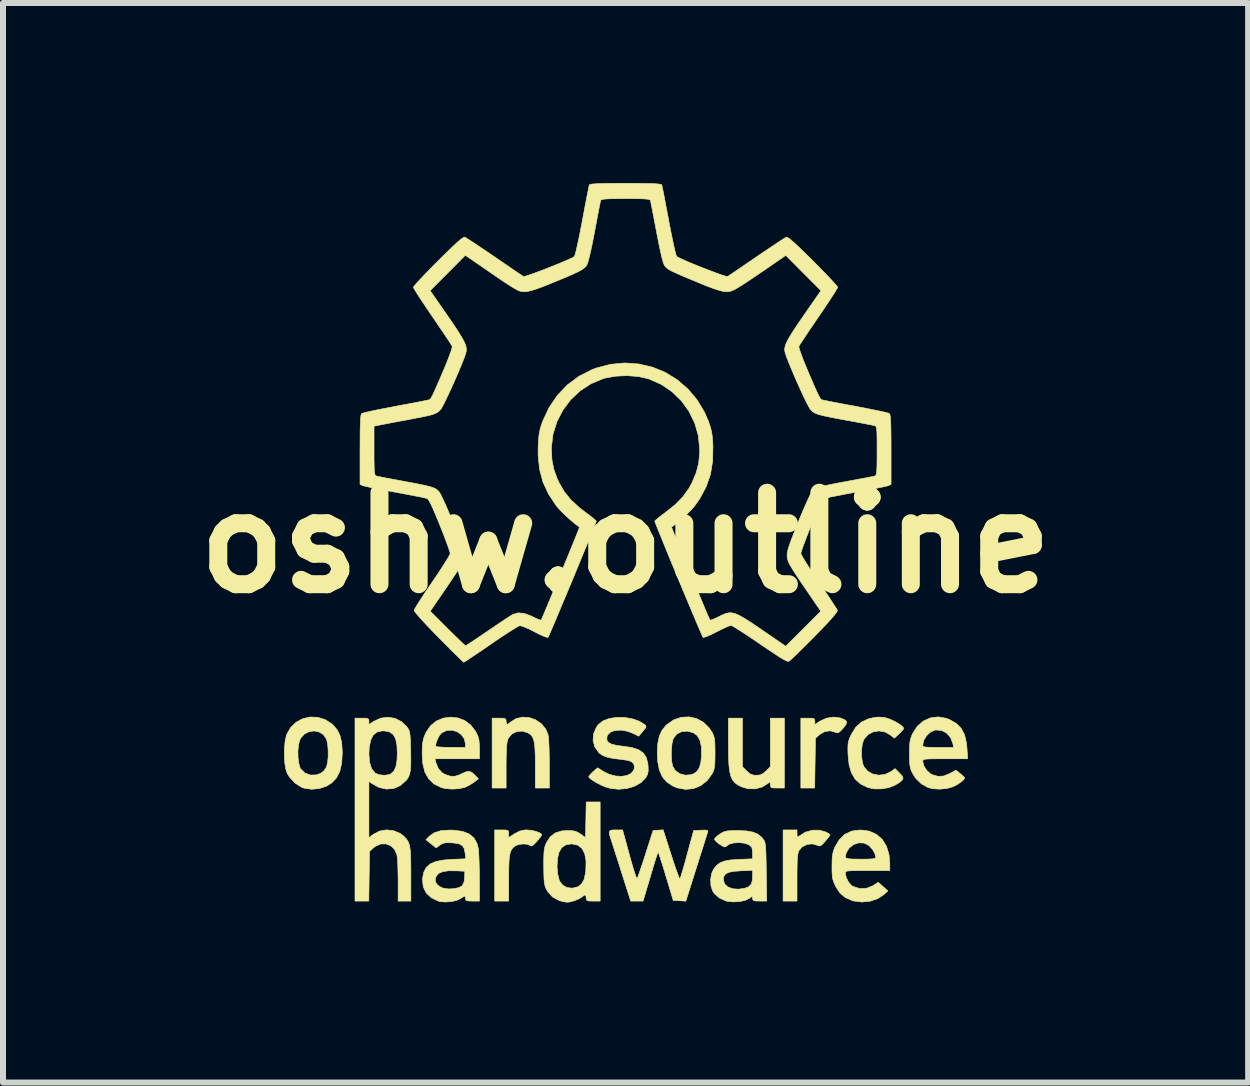
<source format=kicad_pcb>
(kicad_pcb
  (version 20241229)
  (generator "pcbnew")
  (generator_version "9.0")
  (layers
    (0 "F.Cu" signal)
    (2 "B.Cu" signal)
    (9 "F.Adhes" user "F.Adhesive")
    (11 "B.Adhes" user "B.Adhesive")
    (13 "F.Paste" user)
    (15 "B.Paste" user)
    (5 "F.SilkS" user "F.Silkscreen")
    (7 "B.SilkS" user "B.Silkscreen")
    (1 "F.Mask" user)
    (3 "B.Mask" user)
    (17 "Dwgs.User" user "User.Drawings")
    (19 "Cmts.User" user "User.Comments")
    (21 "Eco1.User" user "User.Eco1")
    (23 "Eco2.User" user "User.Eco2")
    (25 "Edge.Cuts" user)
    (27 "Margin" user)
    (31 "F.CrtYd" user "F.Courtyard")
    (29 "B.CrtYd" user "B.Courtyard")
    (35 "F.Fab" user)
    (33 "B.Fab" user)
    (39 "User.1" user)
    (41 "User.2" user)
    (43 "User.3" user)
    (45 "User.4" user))
  (footprint "oshw.outline"
    (layer "F.Cu")
    (at 7.373 5.995)
    (property "Reference" "oshw.outline" (at 0 0 0) (layer "F.SilkS") (effects (font (size 1.524 1.524) (thickness 0.3))))
    (attr through_hole)
    (fp_poly (pts (xy 3.576 2.917) (xy 3.584 2.92) (xy 3.653 2.948) (xy 3.684 2.979) (xy 3.677 3.02) (xy 3.635 3.078) (xy 3.624 3.091) (xy 3.576 3.141) (xy 3.544 3.164) (xy 3.517 3.165) (xy 3.498 3.157) (xy 3.41 3.132) (xy 3.318 3.145) (xy 3.235 3.193) (xy 3.234 3.194) (xy 3.164 3.256) (xy 3.158 3.671) (xy 3.151 4.085) (xy 2.921 4.085) (xy 2.921 2.921) (xy 3.037 2.921) (xy 3.104 2.922) (xy 3.139 2.93) (xy 3.152 2.947) (xy 3.154 2.974) (xy 3.154 3.027) (xy 3.238 2.972) (xy 3.346 2.922) (xy 3.464 2.903) (xy 3.576 2.917)) (stroke (width 0.01) (type solid)) (fill yes) (layer "F.SilkS"))
    (fp_poly (pts (xy 2.857 4.85) (xy 2.86 4.894) (xy 2.871 4.903) (xy 2.895 4.885) (xy 2.996 4.821) (xy 3.114 4.788) (xy 3.234 4.788) (xy 3.336 4.818) (xy 3.382 4.843) (xy 3.407 4.863) (xy 3.408 4.865) (xy 3.395 4.888) (xy 3.362 4.931) (xy 3.327 4.972) (xy 3.28 5.024) (xy 3.248 5.048) (xy 3.222 5.049) (xy 3.202 5.041) (xy 3.115 5.016) (xy 3.025 5.025) (xy 2.945 5.064) (xy 2.893 5.122) (xy 2.88 5.15) (xy 2.871 5.188) (xy 2.864 5.244) (xy 2.86 5.322) (xy 2.858 5.43) (xy 2.857 5.573) (xy 2.857 5.969) (xy 2.625 5.969) (xy 2.625 4.784) (xy 2.857 4.784) (xy 2.857 4.85)) (stroke (width 0.01) (type solid)) (fill yes) (layer "F.SilkS"))
    (fp_poly (pts (xy 1.947 3.73) (xy 2.019 3.802) (xy 2.075 3.849) (xy 2.127 3.87) (xy 2.18 3.873) (xy 2.245 3.867) (xy 2.296 3.841) (xy 2.341 3.802) (xy 2.413 3.73) (xy 2.413 2.921) (xy 2.646 2.921) (xy 2.646 4.085) (xy 2.529 4.085) (xy 2.463 4.084) (xy 2.428 4.077) (xy 2.415 4.059) (xy 2.413 4.029) (xy 2.41 3.991) (xy 2.397 3.989) (xy 2.375 4.007) (xy 2.278 4.068) (xy 2.162 4.099) (xy 2.04 4.097) (xy 1.937 4.067) (xy 1.871 4.033) (xy 1.82 3.995) (xy 1.781 3.947) (xy 1.753 3.885) (xy 1.734 3.802) (xy 1.722 3.694) (xy 1.716 3.554) (xy 1.715 3.379) (xy 1.714 3.356) (xy 1.714 2.921) (xy 1.947 2.921) (xy 1.947 3.73)) (stroke (width 0.01) (type solid)) (fill yes) (layer "F.SilkS"))
    (fp_poly (pts (xy -1.997 4.785) (xy -1.963 4.792) (xy -1.949 4.81) (xy -1.947 4.846) (xy -1.947 4.847) (xy -1.947 4.91) (xy -1.848 4.847) (xy -1.764 4.803) (xy -1.683 4.785) (xy -1.646 4.784) (xy -1.572 4.79) (xy -1.499 4.806) (xy -1.439 4.828) (xy -1.402 4.852) (xy -1.397 4.865) (xy -1.41 4.89) (xy -1.444 4.935) (xy -1.48 4.977) (xy -1.529 5.028) (xy -1.562 5.051) (xy -1.584 5.048) (xy -1.59 5.043) (xy -1.634 5.023) (xy -1.701 5.017) (xy -1.772 5.025) (xy -1.83 5.045) (xy -1.837 5.05) (xy -1.874 5.079) (xy -1.902 5.114) (xy -1.921 5.161) (xy -1.935 5.225) (xy -1.942 5.313) (xy -1.946 5.43) (xy -1.947 5.584) (xy -1.947 5.969) (xy -2.18 5.969) (xy -2.18 4.784) (xy -2.064 4.784) (xy -1.997 4.785)) (stroke (width 0.01) (type solid)) (fill yes) (layer "F.SilkS"))
    (fp_poly (pts (xy -1.606 2.911) (xy -1.5 2.948) (xy -1.406 3.011) (xy -1.333 3.098) (xy -1.292 3.192) (xy -1.285 3.237) (xy -1.279 3.317) (xy -1.274 3.423) (xy -1.271 3.547) (xy -1.27 3.678) (xy -1.27 4.085) (xy -1.503 4.085) (xy -1.503 3.714) (xy -1.504 3.554) (xy -1.509 3.431) (xy -1.518 3.339) (xy -1.534 3.272) (xy -1.557 3.224) (xy -1.589 3.19) (xy -1.627 3.166) (xy -1.721 3.137) (xy -1.813 3.144) (xy -1.893 3.184) (xy -1.951 3.253) (xy -1.96 3.271) (xy -1.972 3.314) (xy -1.981 3.381) (xy -1.986 3.475) (xy -1.989 3.602) (xy -1.99 3.714) (xy -1.99 4.085) (xy -2.223 4.085) (xy -2.223 2.921) (xy -2.106 2.921) (xy -2.039 2.922) (xy -2.005 2.93) (xy -1.992 2.947) (xy -1.99 2.974) (xy -1.984 3.016) (xy -1.965 3.023) (xy -1.925 2.995) (xy -1.917 2.987) (xy -1.823 2.928) (xy -1.716 2.904) (xy -1.606 2.911)) (stroke (width 0.01) (type solid)) (fill yes) (layer "F.SilkS"))
    (fp_poly (pts (xy 4.295 2.908) (xy 4.339 2.917) (xy 4.406 2.939) (xy 4.48 2.973) (xy 4.549 3.012) (xy 4.604 3.051) (xy 4.633 3.083) (xy 4.636 3.091) (xy 4.621 3.116) (xy 4.584 3.157) (xy 4.557 3.183) (xy 4.478 3.255) (xy 4.417 3.205) (xy 4.326 3.152) (xy 4.225 3.134) (xy 4.127 3.149) (xy 4.039 3.196) (xy 3.973 3.273) (xy 3.967 3.285) (xy 3.944 3.357) (xy 3.933 3.455) (xy 3.933 3.559) (xy 3.946 3.656) (xy 3.967 3.723) (xy 4.03 3.801) (xy 4.116 3.851) (xy 4.215 3.871) (xy 4.319 3.86) (xy 4.417 3.815) (xy 4.423 3.811) (xy 4.491 3.762) (xy 4.567 3.838) (xy 4.609 3.885) (xy 4.624 3.922) (xy 4.608 3.956) (xy 4.559 3.996) (xy 4.493 4.036) (xy 4.392 4.077) (xy 4.272 4.099) (xy 4.149 4.1) (xy 4.043 4.079) (xy 4.037 4.077) (xy 3.917 4.018) (xy 3.827 3.938) (xy 3.764 3.833) (xy 3.725 3.699) (xy 3.708 3.531) (xy 3.707 3.528) (xy 3.705 3.429) (xy 3.707 3.36) (xy 3.716 3.306) (xy 3.734 3.254) (xy 3.764 3.19) (xy 3.765 3.187) (xy 3.839 3.069) (xy 3.93 2.987) (xy 4.047 2.933) (xy 4.112 2.917) (xy 4.208 2.903) (xy 4.295 2.908)) (stroke (width 0.01) (type solid)) (fill yes) (layer "F.SilkS"))
    (fp_poly (pts (xy 1.183 2.928) (xy 1.298 2.99) (xy 1.395 3.085) (xy 1.445 3.162) (xy 1.465 3.206) (xy 1.479 3.252) (xy 1.487 3.311) (xy 1.49 3.393) (xy 1.491 3.503) (xy 1.49 3.617) (xy 1.486 3.698) (xy 1.478 3.756) (xy 1.465 3.802) (xy 1.446 3.842) (xy 1.361 3.96) (xy 1.254 4.045) (xy 1.131 4.095) (xy 0.997 4.108) (xy 0.86 4.082) (xy 0.79 4.053) (xy 0.688 3.986) (xy 0.613 3.898) (xy 0.563 3.784) (xy 0.536 3.641) (xy 0.531 3.539) (xy 0.763 3.539) (xy 0.769 3.638) (xy 0.783 3.715) (xy 0.786 3.724) (xy 0.832 3.797) (xy 0.905 3.847) (xy 0.994 3.871) (xy 1.088 3.864) (xy 1.131 3.849) (xy 1.19 3.809) (xy 1.231 3.746) (xy 1.255 3.655) (xy 1.266 3.551) (xy 1.265 3.404) (xy 1.241 3.291) (xy 1.194 3.211) (xy 1.133 3.166) (xy 1.034 3.138) (xy 0.939 3.144) (xy 0.859 3.183) (xy 0.801 3.253) (xy 0.792 3.271) (xy 0.775 3.34) (xy 0.765 3.434) (xy 0.763 3.539) (xy 0.531 3.539) (xy 0.529 3.502) (xy 0.537 3.347) (xy 0.562 3.224) (xy 0.607 3.125) (xy 0.674 3.042) (xy 0.686 3.031) (xy 0.801 2.95) (xy 0.927 2.907) (xy 1.057 2.9) (xy 1.183 2.928)) (stroke (width 0.01) (type solid)) (fill yes) (layer "F.SilkS"))
    (fp_poly (pts (xy -5.13 2.907) (xy -5.006 2.945) (xy -4.891 3.018) (xy -4.877 3.031) (xy -4.806 3.113) (xy -4.758 3.209) (xy -4.73 3.328) (xy -4.72 3.477) (xy -4.72 3.502) (xy -4.73 3.672) (xy -4.762 3.809) (xy -4.817 3.917) (xy -4.897 4.001) (xy -4.981 4.053) (xy -5.101 4.094) (xy -5.231 4.106) (xy -5.354 4.088) (xy -5.397 4.073) (xy -5.509 4.002) (xy -5.602 3.899) (xy -5.637 3.842) (xy -5.662 3.767) (xy -5.678 3.664) (xy -5.685 3.543) (xy -5.684 3.471) (xy -5.459 3.471) (xy -5.457 3.575) (xy -5.445 3.671) (xy -5.424 3.746) (xy -5.412 3.769) (xy -5.341 3.836) (xy -5.252 3.869) (xy -5.153 3.867) (xy -5.077 3.84) (xy -5.024 3.797) (xy -4.984 3.737) (xy -4.983 3.735) (xy -4.965 3.663) (xy -4.955 3.565) (xy -4.955 3.458) (xy -4.963 3.358) (xy -4.98 3.28) (xy -4.983 3.271) (xy -5.034 3.196) (xy -5.106 3.151) (xy -5.189 3.134) (xy -5.273 3.146) (xy -5.351 3.185) (xy -5.411 3.252) (xy -5.431 3.293) (xy -5.45 3.372) (xy -5.459 3.471) (xy -5.684 3.471) (xy -5.683 3.419) (xy -5.672 3.304) (xy -5.651 3.209) (xy -5.645 3.192) (xy -5.58 3.077) (xy -5.489 2.989) (xy -5.378 2.93) (xy -5.256 2.902) (xy -5.13 2.907)) (stroke (width 0.01) (type solid)) (fill yes) (layer "F.SilkS"))
    (fp_poly (pts (xy -2.795 2.917) (xy -2.68 2.961) (xy -2.58 3.035) (xy -2.5 3.139) (xy -2.493 3.151) (xy -2.461 3.219) (xy -2.443 3.282) (xy -2.436 3.357) (xy -2.434 3.431) (xy -2.434 3.598) (xy -3.176 3.598) (xy -3.162 3.657) (xy -3.119 3.763) (xy -3.05 3.836) (xy -3.001 3.862) (xy -2.919 3.888) (xy -2.847 3.89) (xy -2.771 3.867) (xy -2.72 3.843) (xy -2.649 3.812) (xy -2.597 3.808) (xy -2.55 3.833) (xy -2.501 3.88) (xy -2.452 3.932) (xy -2.528 3.99) (xy -2.596 4.034) (xy -2.669 4.071) (xy -2.683 4.076) (xy -2.78 4.097) (xy -2.894 4.103) (xy -3.005 4.094) (xy -3.071 4.077) (xy -3.191 4.017) (xy -3.281 3.931) (xy -3.344 3.818) (xy -3.379 3.674) (xy -3.389 3.523) (xy -3.387 3.405) (xy -3.383 3.374) (xy -3.164 3.374) (xy -3.161 3.392) (xy -3.137 3.398) (xy -3.08 3.403) (xy -2.998 3.407) (xy -2.909 3.408) (xy -2.667 3.408) (xy -2.667 3.353) (xy -2.686 3.266) (xy -2.736 3.196) (xy -2.807 3.146) (xy -2.892 3.122) (xy -2.979 3.126) (xy -3.061 3.165) (xy -3.068 3.17) (xy -3.1 3.208) (xy -3.13 3.265) (xy -3.154 3.325) (xy -3.164 3.374) (xy -3.383 3.374) (xy -3.377 3.314) (xy -3.359 3.239) (xy -3.328 3.166) (xy -3.321 3.152) (xy -3.247 3.045) (xy -3.149 2.967) (xy -3.037 2.921) (xy -2.916 2.904) (xy -2.795 2.917)) (stroke (width 0.01) (type solid)) (fill yes) (layer "F.SilkS"))
    (fp_poly (pts (xy -0.423 5.969) (xy -0.54 5.969) (xy -0.606 5.968) (xy -0.641 5.96) (xy -0.654 5.943) (xy -0.656 5.916) (xy -0.662 5.873) (xy -0.682 5.868) (xy -0.722 5.897) (xy -0.779 5.933) (xy -0.858 5.965) (xy -0.937 5.985) (xy -0.974 5.988) (xy -1.029 5.981) (xy -1.096 5.963) (xy -1.108 5.959) (xy -1.216 5.901) (xy -1.297 5.812) (xy -1.325 5.76) (xy -1.341 5.718) (xy -1.352 5.665) (xy -1.359 5.591) (xy -1.362 5.489) (xy -1.363 5.39) (xy -1.141 5.39) (xy -1.131 5.515) (xy -1.106 5.618) (xy -1.098 5.638) (xy -1.046 5.705) (xy -0.971 5.745) (xy -0.882 5.754) (xy -0.792 5.73) (xy -0.786 5.727) (xy -0.729 5.68) (xy -0.689 5.604) (xy -0.666 5.495) (xy -0.662 5.458) (xy -0.658 5.302) (xy -0.68 5.18) (xy -0.726 5.091) (xy -0.796 5.037) (xy -0.891 5.017) (xy -0.9 5.016) (xy -0.995 5.032) (xy -1.065 5.079) (xy -1.111 5.16) (xy -1.133 5.258) (xy -1.141 5.39) (xy -1.363 5.39) (xy -1.363 5.387) (xy -1.363 5.265) (xy -1.36 5.177) (xy -1.354 5.112) (xy -1.344 5.063) (xy -1.329 5.021) (xy -1.317 4.995) (xy -1.253 4.897) (xy -1.169 4.833) (xy -1.061 4.8) (xy -0.973 4.794) (xy -0.888 4.797) (xy -0.829 4.808) (xy -0.779 4.833) (xy -0.749 4.853) (xy -0.667 4.911) (xy -0.661 4.615) (xy -0.655 4.318) (xy -0.423 4.318) (xy -0.423 5.969)) (stroke (width 0.01) (type solid)) (fill yes) (layer "F.SilkS"))
    (fp_poly (pts (xy -0.019 2.909) (xy 0.111 2.931) (xy 0.23 2.973) (xy 0.322 3.03) (xy 0.34 3.05) (xy 0.339 3.072) (xy 0.314 3.109) (xy 0.288 3.14) (xy 0.219 3.222) (xy 0.135 3.179) (xy 0.03 3.139) (xy -0.073 3.121) (xy -0.167 3.125) (xy -0.244 3.15) (xy -0.295 3.196) (xy -0.309 3.228) (xy -0.312 3.284) (xy -0.287 3.325) (xy -0.23 3.356) (xy -0.137 3.377) (xy -0.042 3.389) (xy 0.106 3.411) (xy 0.217 3.447) (xy 0.296 3.502) (xy 0.346 3.578) (xy 0.372 3.678) (xy 0.376 3.72) (xy 0.378 3.798) (xy 0.368 3.854) (xy 0.342 3.905) (xy 0.334 3.916) (xy 0.255 3.997) (xy 0.147 4.057) (xy 0.019 4.094) (xy -0.119 4.106) (xy -0.258 4.09) (xy -0.332 4.068) (xy -0.407 4.037) (xy -0.482 3.998) (xy -0.549 3.958) (xy -0.596 3.922) (xy -0.614 3.897) (xy -0.614 3.897) (xy -0.599 3.873) (xy -0.562 3.833) (xy -0.54 3.813) (xy -0.465 3.748) (xy -0.368 3.81) (xy -0.268 3.859) (xy -0.165 3.885) (xy -0.065 3.891) (xy 0.023 3.876) (xy 0.093 3.842) (xy 0.137 3.79) (xy 0.148 3.737) (xy 0.138 3.686) (xy 0.104 3.649) (xy 0.041 3.625) (xy -0.059 3.61) (xy -0.068 3.609) (xy -0.203 3.593) (xy -0.303 3.572) (xy -0.378 3.544) (xy -0.434 3.506) (xy -0.446 3.494) (xy -0.512 3.401) (xy -0.541 3.295) (xy -0.533 3.184) (xy -0.487 3.076) (xy -0.453 3.028) (xy -0.376 2.967) (xy -0.272 2.927) (xy -0.15 2.908) (xy -0.019 2.909)) (stroke (width 0.01) (type solid)) (fill yes) (layer "F.SilkS"))
    (fp_poly (pts (xy -2.861 4.788) (xy -2.715 4.808) (xy -2.604 4.851) (xy -2.525 4.919) (xy -2.473 5.014) (xy -2.453 5.095) (xy -2.448 5.149) (xy -2.443 5.237) (xy -2.439 5.348) (xy -2.436 5.475) (xy -2.435 5.583) (xy -2.434 5.969) (xy -2.551 5.969) (xy -2.618 5.967) (xy -2.653 5.959) (xy -2.666 5.942) (xy -2.667 5.927) (xy -2.671 5.894) (xy -2.686 5.888) (xy -2.723 5.909) (xy -2.749 5.928) (xy -2.812 5.957) (xy -2.9 5.977) (xy -2.996 5.984) (xy -3.083 5.979) (xy -3.115 5.971) (xy -3.235 5.914) (xy -3.321 5.834) (xy -3.37 5.733) (xy -3.383 5.612) (xy -3.382 5.596) (xy -3.38 5.585) (xy -3.17 5.585) (xy -3.169 5.647) (xy -3.133 5.702) (xy -3.066 5.744) (xy -3.022 5.758) (xy -2.94 5.767) (xy -2.852 5.762) (xy -2.775 5.744) (xy -2.724 5.716) (xy -2.692 5.658) (xy -2.681 5.575) (xy -2.678 5.472) (xy -2.815 5.465) (xy -2.945 5.464) (xy -3.04 5.477) (xy -3.107 5.504) (xy -3.134 5.526) (xy -3.17 5.585) (xy -3.38 5.585) (xy -3.363 5.491) (xy -3.322 5.41) (xy -3.256 5.351) (xy -3.161 5.31) (xy -3.032 5.285) (xy -2.893 5.274) (xy -2.662 5.265) (xy -2.673 5.17) (xy -2.688 5.094) (xy -2.719 5.045) (xy -2.772 5.016) (xy -2.857 5.002) (xy -2.891 4.999) (xy -2.972 4.996) (xy -3.027 5.002) (xy -3.069 5.02) (xy -3.093 5.036) (xy -3.155 5.082) (xy -3.241 5.015) (xy -3.326 4.947) (xy -3.27 4.889) (xy -3.188 4.831) (xy -3.075 4.796) (xy -2.93 4.786) (xy -2.861 4.788)) (stroke (width 0.01) (type solid)) (fill yes) (layer "F.SilkS"))
    (fp_poly (pts (xy 0.76 5.197) (xy 0.8 5.321) (xy 0.837 5.429) (xy 0.868 5.515) (xy 0.891 5.573) (xy 0.904 5.599) (xy 0.906 5.599) (xy 0.916 5.575) (xy 0.934 5.517) (xy 0.96 5.431) (xy 0.991 5.323) (xy 1.024 5.201) (xy 1.027 5.19) (xy 1.135 4.794) (xy 1.258 4.788) (xy 1.329 4.786) (xy 1.365 4.792) (xy 1.373 4.807) (xy 1.372 4.809) (xy 1.363 4.836) (xy 1.344 4.897) (xy 1.315 4.989) (xy 1.279 5.104) (xy 1.236 5.238) (xy 1.19 5.385) (xy 1.184 5.403) (xy 1.005 5.97) (xy 0.795 5.958) (xy 0.675 5.56) (xy 0.638 5.438) (xy 0.604 5.329) (xy 0.576 5.242) (xy 0.556 5.181) (xy 0.546 5.154) (xy 0.546 5.153) (xy 0.537 5.169) (xy 0.519 5.218) (xy 0.494 5.293) (xy 0.465 5.388) (xy 0.457 5.413) (xy 0.423 5.53) (xy 0.388 5.647) (xy 0.357 5.751) (xy 0.335 5.826) (xy 0.292 5.969) (xy 0.086 5.969) (xy -0.064 5.498) (xy -0.108 5.358) (xy -0.151 5.226) (xy -0.188 5.11) (xy -0.218 5.016) (xy -0.239 4.952) (xy -0.245 4.933) (xy -0.268 4.857) (xy -0.272 4.813) (xy -0.252 4.791) (xy -0.205 4.784) (xy -0.162 4.784) (xy -0.049 4.784) (xy 0.064 5.197) (xy 0.098 5.321) (xy 0.13 5.428) (xy 0.157 5.514) (xy 0.178 5.571) (xy 0.191 5.594) (xy 0.192 5.594) (xy 0.203 5.57) (xy 0.225 5.511) (xy 0.254 5.425) (xy 0.29 5.319) (xy 0.33 5.198) (xy 0.333 5.186) (xy 0.459 4.794) (xy 0.543 4.788) (xy 0.627 4.782) (xy 0.76 5.197)) (stroke (width 0.01) (type solid)) (fill yes) (layer "F.SilkS"))
    (fp_poly (pts (xy 5.343 2.923) (xy 5.397 2.944) (xy 5.51 3.009) (xy 5.592 3.09) (xy 5.647 3.194) (xy 5.679 3.327) (xy 5.689 3.423) (xy 5.7 3.598) (xy 5.326 3.598) (xy 5.193 3.598) (xy 5.095 3.599) (xy 5.029 3.602) (xy 4.987 3.606) (xy 4.964 3.614) (xy 4.955 3.625) (xy 4.953 3.641) (xy 4.953 3.646) (xy 4.971 3.717) (xy 5.016 3.789) (xy 5.079 3.846) (xy 5.112 3.864) (xy 5.208 3.891) (xy 5.299 3.885) (xy 5.4 3.845) (xy 5.406 3.842) (xy 5.506 3.789) (xy 5.579 3.847) (xy 5.623 3.885) (xy 5.649 3.912) (xy 5.651 3.917) (xy 5.634 3.946) (xy 5.59 3.985) (xy 5.528 4.026) (xy 5.461 4.062) (xy 5.359 4.092) (xy 5.238 4.104) (xy 5.119 4.097) (xy 5.043 4.078) (xy 4.929 4.015) (xy 4.833 3.921) (xy 4.781 3.837) (xy 4.757 3.784) (xy 4.742 3.73) (xy 4.734 3.665) (xy 4.731 3.576) (xy 4.731 3.514) (xy 4.732 3.408) (xy 4.735 3.364) (xy 4.953 3.364) (xy 4.955 3.382) (xy 4.966 3.395) (xy 4.994 3.402) (xy 5.044 3.406) (xy 5.124 3.408) (xy 5.21 3.408) (xy 5.466 3.408) (xy 5.453 3.34) (xy 5.415 3.243) (xy 5.35 3.17) (xy 5.266 3.126) (xy 5.171 3.118) (xy 5.154 3.121) (xy 5.079 3.154) (xy 5.014 3.216) (xy 4.968 3.293) (xy 4.953 3.364) (xy 4.735 3.364) (xy 4.737 3.331) (xy 4.748 3.271) (xy 4.767 3.216) (xy 4.786 3.173) (xy 4.863 3.055) (xy 4.963 2.969) (xy 5.081 2.916) (xy 5.209 2.9) (xy 5.343 2.923)) (stroke (width 0.01) (type solid)) (fill yes) (layer "F.SilkS"))
    (fp_poly (pts (xy 4.059 4.803) (xy 4.18 4.857) (xy 4.278 4.942) (xy 4.349 5.058) (xy 4.391 5.2) (xy 4.403 5.338) (xy 4.403 5.461) (xy 4.032 5.461) (xy 3.899 5.461) (xy 3.802 5.462) (xy 3.736 5.465) (xy 3.695 5.469) (xy 3.673 5.477) (xy 3.664 5.488) (xy 3.662 5.504) (xy 3.662 5.505) (xy 3.677 5.576) (xy 3.714 5.65) (xy 3.763 5.708) (xy 3.787 5.724) (xy 3.898 5.76) (xy 4.012 5.757) (xy 4.119 5.715) (xy 4.134 5.706) (xy 4.209 5.655) (xy 4.29 5.727) (xy 4.371 5.799) (xy 4.303 5.862) (xy 4.201 5.929) (xy 4.076 5.971) (xy 3.94 5.985) (xy 3.804 5.968) (xy 3.775 5.96) (xy 3.661 5.91) (xy 3.574 5.837) (xy 3.505 5.732) (xy 3.499 5.72) (xy 3.471 5.658) (xy 3.453 5.603) (xy 3.444 5.542) (xy 3.44 5.461) (xy 3.44 5.387) (xy 3.442 5.279) (xy 3.447 5.227) (xy 3.661 5.227) (xy 3.672 5.25) (xy 3.709 5.263) (xy 3.777 5.269) (xy 3.881 5.27) (xy 3.916 5.271) (xy 4.025 5.27) (xy 4.098 5.267) (xy 4.142 5.261) (xy 4.164 5.252) (xy 4.17 5.238) (xy 4.17 5.238) (xy 4.155 5.178) (xy 4.116 5.11) (xy 4.063 5.05) (xy 4.051 5.04) (xy 3.972 5.002) (xy 3.884 4.999) (xy 3.799 5.027) (xy 3.728 5.083) (xy 3.694 5.135) (xy 3.67 5.189) (xy 3.661 5.227) (xy 3.447 5.227) (xy 3.449 5.2) (xy 3.463 5.137) (xy 3.485 5.077) (xy 3.489 5.07) (xy 3.563 4.944) (xy 3.655 4.856) (xy 3.768 4.803) (xy 3.904 4.785) (xy 3.916 4.785) (xy 4.059 4.803)) (stroke (width 0.01) (type solid)) (fill yes) (layer "F.SilkS"))
    (fp_poly (pts (xy 2.014 4.8) (xy 2.123 4.82) (xy 2.207 4.855) (xy 2.271 4.909) (xy 2.295 4.939) (xy 2.309 4.96) (xy 2.32 4.986) (xy 2.328 5.022) (xy 2.334 5.073) (xy 2.338 5.145) (xy 2.341 5.245) (xy 2.344 5.377) (xy 2.345 5.484) (xy 2.352 5.969) (xy 2.234 5.969) (xy 2.167 5.967) (xy 2.131 5.959) (xy 2.118 5.942) (xy 2.117 5.926) (xy 2.115 5.899) (xy 2.102 5.896) (xy 2.069 5.918) (xy 2.056 5.928) (xy 1.989 5.959) (xy 1.897 5.978) (xy 1.795 5.983) (xy 1.7 5.973) (xy 1.673 5.967) (xy 1.567 5.919) (xy 1.484 5.849) (xy 1.45 5.799) (xy 1.423 5.713) (xy 1.418 5.613) (xy 1.63 5.613) (xy 1.649 5.681) (xy 1.701 5.732) (xy 1.78 5.763) (xy 1.879 5.771) (xy 1.979 5.758) (xy 2.052 5.731) (xy 2.095 5.687) (xy 2.114 5.617) (xy 2.117 5.56) (xy 2.117 5.456) (xy 1.917 5.465) (xy 1.797 5.474) (xy 1.714 5.492) (xy 1.662 5.521) (xy 1.636 5.564) (xy 1.63 5.613) (xy 1.418 5.613) (xy 1.418 5.611) (xy 1.434 5.512) (xy 1.466 5.439) (xy 1.516 5.376) (xy 1.574 5.332) (xy 1.649 5.302) (xy 1.748 5.284) (xy 1.881 5.275) (xy 1.887 5.275) (xy 2.117 5.265) (xy 2.116 5.178) (xy 2.113 5.117) (xy 2.104 5.074) (xy 2.1 5.067) (xy 2.052 5.028) (xy 1.977 5.004) (xy 1.888 4.995) (xy 1.8 5.001) (xy 1.723 5.023) (xy 1.672 5.061) (xy 1.669 5.065) (xy 1.646 5.066) (xy 1.605 5.047) (xy 1.556 5.015) (xy 1.512 4.979) (xy 1.485 4.948) (xy 1.482 4.937) (xy 1.498 4.912) (xy 1.54 4.875) (xy 1.57 4.853) (xy 1.614 4.826) (xy 1.655 4.809) (xy 1.704 4.799) (xy 1.773 4.795) (xy 1.872 4.794) (xy 2.014 4.8)) (stroke (width 0.01) (type solid)) (fill yes) (layer "F.SilkS"))
    (fp_poly (pts (xy -3.84 2.925) (xy -3.732 2.98) (xy -3.649 3.06) (xy -3.625 3.093) (xy -3.608 3.123) (xy -3.597 3.16) (xy -3.59 3.212) (xy -3.585 3.285) (xy -3.582 3.39) (xy -3.58 3.445) (xy -3.578 3.592) (xy -3.579 3.705) (xy -3.585 3.789) (xy -3.597 3.851) (xy -3.615 3.9) (xy -3.641 3.941) (xy -3.655 3.958) (xy -3.752 4.044) (xy -3.864 4.093) (xy -3.985 4.103) (xy -4.109 4.075) (xy -4.228 4.009) (xy -4.276 3.974) (xy -4.276 4.913) (xy -4.201 4.856) (xy -4.099 4.803) (xy -3.983 4.783) (xy -3.865 4.796) (xy -3.757 4.841) (xy -3.711 4.874) (xy -3.67 4.913) (xy -3.638 4.952) (xy -3.614 4.996) (xy -3.597 5.053) (xy -3.587 5.127) (xy -3.581 5.225) (xy -3.578 5.353) (xy -3.577 5.517) (xy -3.577 5.969) (xy -3.789 5.969) (xy -3.789 5.625) (xy -3.791 5.501) (xy -3.794 5.386) (xy -3.799 5.289) (xy -3.806 5.22) (xy -3.809 5.196) (xy -3.849 5.108) (xy -3.913 5.046) (xy -3.994 5.016) (xy -4.082 5.018) (xy -4.168 5.057) (xy -4.196 5.078) (xy -4.265 5.14) (xy -4.272 5.554) (xy -4.278 5.969) (xy -4.508 5.969) (xy -4.508 3.52) (xy -4.276 3.52) (xy -4.264 3.66) (xy -4.23 3.766) (xy -4.172 3.835) (xy -4.167 3.839) (xy -4.104 3.864) (xy -4.022 3.873) (xy -3.945 3.863) (xy -3.915 3.852) (xy -3.862 3.806) (xy -3.827 3.732) (xy -3.808 3.625) (xy -3.803 3.503) (xy -3.81 3.365) (xy -3.832 3.262) (xy -3.872 3.193) (xy -3.933 3.151) (xy -4.018 3.134) (xy -4.052 3.133) (xy -4.138 3.15) (xy -4.203 3.201) (xy -4.247 3.288) (xy -4.271 3.411) (xy -4.276 3.52) (xy -4.508 3.52) (xy -4.508 2.921) (xy -4.392 2.921) (xy -4.325 2.922) (xy -4.291 2.93) (xy -4.278 2.947) (xy -4.276 2.974) (xy -4.276 3.027) (xy -4.194 2.974) (xy -4.08 2.921) (xy -3.959 2.905) (xy -3.84 2.925)) (stroke (width 0.01) (type solid)) (fill yes) (layer "F.SilkS"))
    (fp_poly (pts (xy 0.184 -5.99) (xy 0.329 -5.988) (xy 0.44 -5.986) (xy 0.519 -5.982) (xy 0.57 -5.976) (xy 0.597 -5.97) (xy 0.604 -5.964) (xy 0.61 -5.937) (xy 0.623 -5.874) (xy 0.642 -5.78) (xy 0.664 -5.662) (xy 0.69 -5.525) (xy 0.719 -5.375) (xy 0.72 -5.366) (xy 0.749 -5.215) (xy 0.777 -5.077) (xy 0.802 -4.959) (xy 0.824 -4.864) (xy 0.841 -4.8) (xy 0.852 -4.772) (xy 0.853 -4.771) (xy 0.884 -4.753) (xy 0.946 -4.724) (xy 1.031 -4.686) (xy 1.132 -4.644) (xy 1.243 -4.599) (xy 1.356 -4.555) (xy 1.464 -4.514) (xy 1.559 -4.479) (xy 1.635 -4.453) (xy 1.685 -4.439) (xy 1.7 -4.438) (xy 1.724 -4.453) (xy 1.777 -4.489) (xy 1.856 -4.542) (xy 1.955 -4.61) (xy 2.07 -4.688) (xy 2.185 -4.767) (xy 2.31 -4.852) (xy 2.425 -4.929) (xy 2.524 -4.995) (xy 2.603 -5.047) (xy 2.657 -5.081) (xy 2.679 -5.094) (xy 2.701 -5.088) (xy 2.741 -5.06) (xy 2.802 -5.008) (xy 2.886 -4.93) (xy 2.996 -4.824) (xy 3.124 -4.697) (xy 3.232 -4.588) (xy 3.329 -4.488) (xy 3.412 -4.401) (xy 3.476 -4.332) (xy 3.519 -4.283) (xy 3.535 -4.259) (xy 3.535 -4.259) (xy 3.523 -4.235) (xy 3.491 -4.181) (xy 3.44 -4.101) (xy 3.375 -4.002) (xy 3.299 -3.888) (xy 3.217 -3.768) (xy 3.132 -3.643) (xy 3.054 -3.529) (xy 2.988 -3.43) (xy 2.936 -3.351) (xy 2.901 -3.297) (xy 2.888 -3.274) (xy 2.892 -3.245) (xy 2.911 -3.185) (xy 2.942 -3.099) (xy 2.983 -2.995) (xy 3.028 -2.886) (xy 3.093 -2.735) (xy 3.143 -2.618) (xy 3.182 -2.531) (xy 3.211 -2.47) (xy 3.232 -2.429) (xy 3.247 -2.404) (xy 3.26 -2.39) (xy 3.271 -2.384) (xy 3.298 -2.377) (xy 3.361 -2.365) (xy 3.454 -2.346) (xy 3.571 -2.324) (xy 3.706 -2.298) (xy 3.834 -2.275) (xy 3.98 -2.247) (xy 4.114 -2.22) (xy 4.228 -2.197) (xy 4.317 -2.177) (xy 4.376 -2.162) (xy 4.397 -2.154) (xy 4.406 -2.136) (xy 4.412 -2.096) (xy 4.417 -2.03) (xy 4.421 -1.934) (xy 4.423 -1.804) (xy 4.424 -1.637) (xy 4.424 -1.553) (xy 4.424 -0.973) (xy 4.376 -0.953) (xy 4.342 -0.943) (xy 4.273 -0.928) (xy 4.176 -0.908) (xy 4.056 -0.885) (xy 3.921 -0.859) (xy 3.842 -0.845) (xy 3.701 -0.819) (xy 3.572 -0.794) (xy 3.462 -0.773) (xy 3.377 -0.755) (xy 3.324 -0.743) (xy 3.31 -0.74) (xy 3.291 -0.724) (xy 3.266 -0.687) (xy 3.234 -0.626) (xy 3.193 -0.535) (xy 3.142 -0.412) (xy 3.093 -0.293) (xy 3.043 -0.165) (xy 2.998 -0.048) (xy 2.961 0.051) (xy 2.935 0.125) (xy 2.922 0.17) (xy 2.921 0.177) (xy 2.933 0.205) (xy 2.965 0.262) (xy 3.016 0.344) (xy 3.08 0.445) (xy 3.156 0.559) (xy 3.22 0.653) (xy 3.303 0.775) (xy 3.378 0.886) (xy 3.441 0.983) (xy 3.49 1.058) (xy 3.521 1.108) (xy 3.53 1.126) (xy 3.52 1.151) (xy 3.484 1.2) (xy 3.421 1.274) (xy 3.328 1.374) (xy 3.206 1.5) (xy 3.151 1.557) (xy 3.045 1.664) (xy 2.947 1.761) (xy 2.861 1.845) (xy 2.793 1.911) (xy 2.745 1.955) (xy 2.725 1.972) (xy 2.707 1.974) (xy 2.676 1.964) (xy 2.629 1.94) (xy 2.562 1.9) (xy 2.472 1.841) (xy 2.354 1.762) (xy 2.239 1.684) (xy 2.116 1.6) (xy 2.004 1.525) (xy 1.906 1.462) (xy 1.829 1.414) (xy 1.777 1.384) (xy 1.756 1.376) (xy 1.724 1.385) (xy 1.663 1.411) (xy 1.584 1.449) (xy 1.515 1.484) (xy 1.428 1.527) (xy 1.357 1.558) (xy 1.308 1.574) (xy 1.291 1.574) (xy 1.28 1.552) (xy 1.255 1.495) (xy 1.218 1.409) (xy 1.17 1.297) (xy 1.114 1.164) (xy 1.051 1.015) (xy 0.984 0.855) (xy 0.915 0.688) (xy 0.845 0.519) (xy 0.775 0.352) (xy 0.709 0.192) (xy 0.649 0.044) (xy 0.595 -0.088) (xy 0.55 -0.199) (xy 0.515 -0.285) (xy 0.494 -0.341) (xy 0.487 -0.361) (xy 0.503 -0.379) (xy 0.546 -0.416) (xy 0.61 -0.465) (xy 0.665 -0.506) (xy 0.828 -0.637) (xy 0.957 -0.769) (xy 1.058 -0.91) (xy 1.109 -1.005) (xy 1.178 -1.17) (xy 1.219 -1.329) (xy 1.235 -1.499) (xy 1.235 -1.566) (xy 1.213 -1.786) (xy 1.153 -1.995) (xy 1.058 -2.19) (xy 0.931 -2.366) (xy 0.776 -2.517) (xy 0.597 -2.639) (xy 0.397 -2.728) (xy 0.374 -2.736) (xy 0.209 -2.772) (xy 0.024 -2.786) (xy -0.163 -2.777) (xy -0.335 -2.747) (xy -0.374 -2.736) (xy -0.576 -2.651) (xy -0.758 -2.532) (xy -0.916 -2.383) (xy -1.045 -2.21) (xy -1.144 -2.017) (xy -1.209 -1.809) (xy -1.235 -1.591) (xy -1.235 -1.566) (xy -1.227 -1.387) (xy -1.196 -1.227) (xy -1.137 -1.066) (xy -1.109 -1.005) (xy -1.022 -0.854) (xy -0.911 -0.717) (xy -0.77 -0.587) (xy -0.665 -0.506) (xy -0.591 -0.451) (xy -0.533 -0.404) (xy -0.496 -0.372) (xy -0.487 -0.361) (xy -0.495 -0.338) (xy -0.517 -0.28) (xy -0.552 -0.193) (xy -0.598 -0.08) (xy -0.652 0.053) (xy -0.714 0.202) (xy -0.78 0.363) (xy -0.849 0.53) (xy -0.919 0.699) (xy -0.989 0.866) (xy -1.056 1.025) (xy -1.118 1.173) (xy -1.173 1.305) (xy -1.22 1.415) (xy -1.257 1.5) (xy -1.281 1.555) (xy -1.291 1.574) (xy -1.316 1.573) (xy -1.371 1.553) (xy -1.447 1.518) (xy -1.516 1.483) (xy -1.609 1.435) (xy -1.689 1.401) (xy -1.745 1.383) (xy -1.766 1.381) (xy -1.795 1.395) (xy -1.853 1.43) (xy -1.936 1.482) (xy -2.038 1.548) (xy -2.153 1.625) (xy -2.246 1.689) (xy -2.366 1.772) (xy -2.475 1.845) (xy -2.567 1.907) (xy -2.637 1.954) (xy -2.682 1.982) (xy -2.695 1.99) (xy -2.713 1.975) (xy -2.756 1.934) (xy -2.821 1.871) (xy -2.904 1.789) (xy -3 1.692) (xy -3.107 1.585) (xy -3.116 1.576) (xy -3.223 1.466) (xy -3.32 1.364) (xy -3.402 1.275) (xy -3.465 1.203) (xy -3.507 1.152) (xy -3.523 1.127) (xy -3.523 1.126) (xy -3.511 1.099) (xy -3.478 1.043) (xy -3.427 0.962) (xy -3.362 0.862) (xy -3.286 0.748) (xy -3.221 0.653) (xy -3.138 0.532) (xy -3.065 0.42) (xy -3.003 0.323) (xy -2.956 0.247) (xy -2.928 0.196) (xy -2.921 0.177) (xy -2.929 0.147) (xy -2.95 0.083) (xy -2.983 -0.007) (xy -3.024 -0.118) (xy -3.073 -0.242) (xy -3.093 -0.293) (xy -3.155 -0.444) (xy -3.204 -0.559) (xy -3.242 -0.642) (xy -3.272 -0.698) (xy -3.295 -0.729) (xy -3.31 -0.74) (xy -3.343 -0.748) (xy -3.411 -0.763) (xy -3.508 -0.782) (xy -3.627 -0.805) (xy -3.762 -0.83) (xy -3.842 -0.845) (xy -3.983 -0.871) (xy -4.112 -0.895) (xy -4.222 -0.917) (xy -4.308 -0.936) (xy -4.362 -0.948) (xy -4.376 -0.953) (xy -4.424 -0.973) (xy -4.424 -1.553) (xy -4.423 -1.737) (xy -4.422 -1.882) (xy -4.42 -1.944) (xy -4.191 -1.944) (xy -4.191 -1.535) (xy -4.191 -1.392) (xy -4.189 -1.287) (xy -4.187 -1.212) (xy -4.182 -1.164) (xy -4.175 -1.134) (xy -4.165 -1.12) (xy -4.154 -1.114) (xy -4.122 -1.107) (xy -4.056 -1.093) (xy -3.962 -1.075) (xy -3.848 -1.054) (xy -3.72 -1.03) (xy -3.704 -1.027) (xy -3.541 -0.997) (xy -3.413 -0.972) (xy -3.317 -0.951) (xy -3.246 -0.933) (xy -3.195 -0.915) (xy -3.158 -0.897) (xy -3.131 -0.876) (xy -3.107 -0.85) (xy -3.104 -0.847) (xy -3.082 -0.81) (xy -3.048 -0.741) (xy -3.004 -0.645) (xy -2.953 -0.528) (xy -2.899 -0.398) (xy -2.869 -0.325) (xy -2.809 -0.174) (xy -2.763 -0.056) (xy -2.731 0.034) (xy -2.709 0.102) (xy -2.697 0.154) (xy -2.692 0.195) (xy -2.693 0.231) (xy -2.693 0.235) (xy -2.699 0.272) (xy -2.713 0.312) (xy -2.736 0.362) (xy -2.773 0.426) (xy -2.826 0.509) (xy -2.898 0.617) (xy -2.978 0.736) (xy -3.254 1.139) (xy -2.966 1.427) (xy -2.876 1.516) (xy -2.796 1.594) (xy -2.731 1.656) (xy -2.686 1.698) (xy -2.666 1.714) (xy -2.665 1.714) (xy -2.645 1.703) (xy -2.595 1.671) (xy -2.521 1.622) (xy -2.428 1.56) (xy -2.323 1.488) (xy -2.295 1.469) (xy -2.183 1.393) (xy -2.079 1.323) (xy -1.991 1.264) (xy -1.923 1.22) (xy -1.883 1.196) (xy -1.88 1.194) (xy -1.792 1.167) (xy -1.692 1.175) (xy -1.576 1.217) (xy -1.548 1.231) (xy -1.482 1.263) (xy -1.432 1.283) (xy -1.407 1.287) (xy -1.407 1.287) (xy -1.396 1.266) (xy -1.372 1.21) (xy -1.337 1.127) (xy -1.291 1.019) (xy -1.239 0.893) (xy -1.181 0.754) (xy -1.12 0.607) (xy -1.057 0.456) (xy -0.996 0.307) (xy -0.938 0.166) (xy -0.885 0.036) (xy -0.839 -0.077) (xy -0.803 -0.167) (xy -0.778 -0.231) (xy -0.767 -0.261) (xy -0.767 -0.264) (xy -0.83 -0.308) (xy -0.91 -0.374) (xy -0.996 -0.451) (xy -1.076 -0.53) (xy -1.14 -0.601) (xy -1.155 -0.62) (xy -1.285 -0.816) (xy -1.377 -1.016) (xy -1.433 -1.227) (xy -1.456 -1.455) (xy -1.456 -1.605) (xy -1.449 -1.725) (xy -1.439 -1.818) (xy -1.422 -1.898) (xy -1.397 -1.98) (xy -1.38 -2.027) (xy -1.274 -2.254) (xy -1.136 -2.457) (xy -0.969 -2.632) (xy -0.775 -2.776) (xy -0.559 -2.886) (xy -0.49 -2.912) (xy -0.25 -2.975) (xy -0.011 -2.997) (xy 0.224 -2.98) (xy 0.45 -2.927) (xy 0.664 -2.839) (xy 0.861 -2.717) (xy 1.038 -2.565) (xy 1.192 -2.383) (xy 1.317 -2.174) (xy 1.38 -2.027) (xy 1.411 -1.938) (xy 1.432 -1.859) (xy 1.445 -1.775) (xy 1.453 -1.67) (xy 1.456 -1.605) (xy 1.451 -1.362) (xy 1.415 -1.141) (xy 1.344 -0.936) (xy 1.238 -0.738) (xy 1.155 -0.62) (xy 1.1 -0.555) (xy 1.024 -0.478) (xy 0.939 -0.399) (xy 0.855 -0.328) (xy 0.785 -0.275) (xy 0.767 -0.264) (xy 0.773 -0.244) (xy 0.794 -0.191) (xy 0.827 -0.108) (xy 0.87 -0.002) (xy 0.921 0.123) (xy 0.977 0.261) (xy 1.038 0.409) (xy 1.1 0.559) (xy 1.162 0.708) (xy 1.221 0.851) (xy 1.275 0.981) (xy 1.323 1.095) (xy 1.362 1.187) (xy 1.391 1.252) (xy 1.406 1.285) (xy 1.408 1.288) (xy 1.431 1.284) (xy 1.481 1.265) (xy 1.547 1.234) (xy 1.551 1.232) (xy 1.614 1.2) (xy 1.669 1.178) (xy 1.72 1.166) (xy 1.772 1.166) (xy 1.83 1.181) (xy 1.898 1.211) (xy 1.983 1.259) (xy 2.088 1.326) (xy 2.219 1.414) (xy 2.362 1.512) (xy 2.669 1.723) (xy 3.254 1.139) (xy 2.978 0.736) (xy 2.887 0.602) (xy 2.818 0.497) (xy 2.767 0.416) (xy 2.732 0.355) (xy 2.71 0.306) (xy 2.698 0.267) (xy 2.693 0.235) (xy 2.692 0.199) (xy 2.696 0.159) (xy 2.708 0.108) (xy 2.728 0.042) (xy 2.76 -0.046) (xy 2.804 -0.16) (xy 2.862 -0.308) (xy 2.869 -0.325) (xy 2.924 -0.459) (xy 2.977 -0.584) (xy 3.025 -0.692) (xy 3.065 -0.777) (xy 3.094 -0.832) (xy 3.104 -0.847) (xy 3.128 -0.873) (xy 3.155 -0.894) (xy 3.19 -0.913) (xy 3.239 -0.931) (xy 3.308 -0.949) (xy 3.401 -0.969) (xy 3.524 -0.994) (xy 3.683 -1.023) (xy 3.704 -1.027) (xy 3.833 -1.051) (xy 3.95 -1.073) (xy 4.046 -1.091) (xy 4.116 -1.105) (xy 4.152 -1.113) (xy 4.154 -1.114) (xy 4.167 -1.121) (xy 4.176 -1.137) (xy 4.183 -1.169) (xy 4.187 -1.221) (xy 4.19 -1.299) (xy 4.191 -1.409) (xy 4.191 -1.534) (xy 4.191 -1.675) (xy 4.19 -1.779) (xy 4.188 -1.852) (xy 4.184 -1.901) (xy 4.177 -1.93) (xy 4.167 -1.945) (xy 4.153 -1.952) (xy 4.143 -1.954) (xy 4.108 -1.962) (xy 4.039 -1.975) (xy 3.943 -1.994) (xy 3.826 -2.016) (xy 3.697 -2.04) (xy 3.683 -2.042) (xy 3.521 -2.072) (xy 3.395 -2.097) (xy 3.299 -2.117) (xy 3.229 -2.135) (xy 3.178 -2.152) (xy 3.142 -2.17) (xy 3.113 -2.19) (xy 3.088 -2.214) (xy 3.085 -2.218) (xy 3.061 -2.253) (xy 3.025 -2.321) (xy 2.979 -2.413) (xy 2.927 -2.524) (xy 2.872 -2.645) (xy 2.817 -2.77) (xy 2.766 -2.891) (xy 2.72 -3.002) (xy 2.684 -3.095) (xy 2.661 -3.163) (xy 2.655 -3.187) (xy 2.651 -3.227) (xy 2.658 -3.271) (xy 2.676 -3.324) (xy 2.709 -3.39) (xy 2.759 -3.474) (xy 2.827 -3.581) (xy 2.917 -3.713) (xy 2.991 -3.821) (xy 3.256 -4.202) (xy 2.963 -4.496) (xy 2.671 -4.79) (xy 2.463 -4.647) (xy 2.291 -4.529) (xy 2.15 -4.433) (xy 2.036 -4.357) (xy 1.946 -4.298) (xy 1.876 -4.254) (xy 1.821 -4.223) (xy 1.779 -4.203) (xy 1.745 -4.191) (xy 1.716 -4.186) (xy 1.688 -4.184) (xy 1.676 -4.184) (xy 1.624 -4.19) (xy 1.554 -4.208) (xy 1.461 -4.239) (xy 1.339 -4.285) (xy 1.196 -4.344) (xy 1.042 -4.408) (xy 0.923 -4.458) (xy 0.833 -4.498) (xy 0.767 -4.529) (xy 0.721 -4.555) (xy 0.689 -4.577) (xy 0.667 -4.599) (xy 0.649 -4.622) (xy 0.646 -4.627) (xy 0.63 -4.667) (xy 0.608 -4.744) (xy 0.582 -4.855) (xy 0.553 -4.994) (xy 0.521 -5.156) (xy 0.516 -5.183) (xy 0.489 -5.325) (xy 0.465 -5.452) (xy 0.444 -5.561) (xy 0.427 -5.644) (xy 0.417 -5.696) (xy 0.413 -5.71) (xy 0.398 -5.72) (xy 0.359 -5.727) (xy 0.292 -5.732) (xy 0.192 -5.735) (xy 0.056 -5.736) (xy 0 -5.736) (xy -0.15 -5.735) (xy -0.262 -5.733) (xy -0.34 -5.729) (xy -0.388 -5.722) (xy -0.411 -5.713) (xy -0.413 -5.71) (xy -0.42 -5.682) (xy -0.433 -5.619) (xy -0.451 -5.527) (xy -0.473 -5.411) (xy -0.498 -5.278) (xy -0.516 -5.183) (xy -0.548 -5.017) (xy -0.578 -4.874) (xy -0.605 -4.758) (xy -0.627 -4.676) (xy -0.645 -4.63) (xy -0.646 -4.627) (xy -0.666 -4.6) (xy -0.693 -4.576) (xy -0.732 -4.549) (xy -0.787 -4.519) (xy -0.863 -4.483) (xy -0.966 -4.438) (xy -1.1 -4.382) (xy -1.215 -4.335) (xy -1.366 -4.274) (xy -1.485 -4.23) (xy -1.575 -4.202) (xy -1.642 -4.187) (xy -1.676 -4.184) (xy -1.705 -4.185) (xy -1.733 -4.188) (xy -1.764 -4.196) (xy -1.8 -4.211) (xy -1.847 -4.237) (xy -1.909 -4.274) (xy -1.988 -4.325) (xy -2.09 -4.393) (xy -2.217 -4.48) (xy -2.374 -4.588) (xy -2.43 -4.627) (xy -2.67 -4.791) (xy -2.963 -4.496) (xy -3.256 -4.202) (xy -2.991 -3.821) (xy -2.885 -3.667) (xy -2.803 -3.544) (xy -2.741 -3.445) (xy -2.697 -3.367) (xy -2.669 -3.306) (xy -2.655 -3.256) (xy -2.652 -3.214) (xy -2.655 -3.187) (xy -2.669 -3.137) (xy -2.698 -3.057) (xy -2.739 -2.956) (xy -2.787 -2.839) (xy -2.841 -2.716) (xy -2.896 -2.592) (xy -2.951 -2.474) (xy -3 -2.37) (xy -3.042 -2.288) (xy -3.073 -2.233) (xy -3.085 -2.218) (xy -3.112 -2.191) (xy -3.142 -2.17) (xy -3.18 -2.151) (xy -3.234 -2.133) (xy -3.308 -2.115) (xy -3.409 -2.094) (xy -3.543 -2.068) (xy -3.619 -2.053) (xy -3.746 -2.03) (xy -3.866 -2.007) (xy -3.971 -1.987) (xy -4.049 -1.972) (xy -4.08 -1.966) (xy -4.191 -1.944) (xy -4.42 -1.944) (xy -4.419 -1.992) (xy -4.415 -2.071) (xy -4.409 -2.122) (xy -4.401 -2.149) (xy -4.397 -2.154) (xy -4.37 -2.163) (xy -4.307 -2.179) (xy -4.214 -2.2) (xy -4.097 -2.224) (xy -3.961 -2.25) (xy -3.834 -2.275) (xy -3.688 -2.302) (xy -3.554 -2.327) (xy -3.44 -2.349) (xy -3.351 -2.367) (xy -3.293 -2.379) (xy -3.271 -2.384) (xy -3.26 -2.39) (xy -3.247 -2.404) (xy -3.232 -2.429) (xy -3.21 -2.47) (xy -3.182 -2.532) (xy -3.143 -2.619) (xy -3.092 -2.736) (xy -3.028 -2.886) (xy -2.98 -3.002) (xy -2.94 -3.105) (xy -2.909 -3.189) (xy -2.891 -3.248) (xy -2.888 -3.274) (xy -2.903 -3.299) (xy -2.938 -3.355) (xy -2.991 -3.435) (xy -3.059 -3.535) (xy -3.137 -3.65) (xy -3.217 -3.768) (xy -3.302 -3.893) (xy -3.378 -4.007) (xy -3.443 -4.105) (xy -3.493 -4.184) (xy -3.524 -4.236) (xy -3.535 -4.259) (xy -3.52 -4.281) (xy -3.48 -4.328) (xy -3.416 -4.397) (xy -3.335 -4.483) (xy -3.238 -4.582) (xy -3.131 -4.69) (xy -3.124 -4.697) (xy -2.993 -4.827) (xy -2.888 -4.928) (xy -2.808 -5.004) (xy -2.748 -5.055) (xy -2.707 -5.084) (xy -2.683 -5.094) (xy -2.678 -5.094) (xy -2.651 -5.078) (xy -2.595 -5.042) (xy -2.513 -4.989) (xy -2.413 -4.921) (xy -2.297 -4.843) (xy -2.183 -4.766) (xy -2.059 -4.681) (xy -1.946 -4.604) (xy -1.849 -4.537) (xy -1.772 -4.485) (xy -1.721 -4.451) (xy -1.7 -4.438) (xy -1.675 -4.441) (xy -1.618 -4.459) (xy -1.536 -4.487) (xy -1.436 -4.524) (xy -1.327 -4.566) (xy -1.214 -4.611) (xy -1.105 -4.655) (xy -1.007 -4.696) (xy -0.927 -4.732) (xy -0.872 -4.758) (xy -0.853 -4.771) (xy -0.842 -4.797) (xy -0.825 -4.86) (xy -0.804 -4.953) (xy -0.778 -5.07) (xy -0.751 -5.207) (xy -0.722 -5.357) (xy -0.72 -5.366) (xy -0.692 -5.517) (xy -0.666 -5.655) (xy -0.643 -5.774) (xy -0.624 -5.869) (xy -0.611 -5.934) (xy -0.604 -5.963) (xy -0.604 -5.964) (xy -0.591 -5.972) (xy -0.557 -5.978) (xy -0.497 -5.983) (xy -0.408 -5.987) (xy -0.288 -5.989) (xy -0.13 -5.99) (xy 0 -5.99) (xy 0.184 -5.99)) (stroke (width 0.01) (type solid)) (fill yes) (layer "F.SilkS")))
  (gr_rect
    (start -3 -3)
    (end 17.747 14.988)
    (stroke (width 0.1) (type default))
    (fill no)
    (layer "Edge.Cuts")))
</source>
